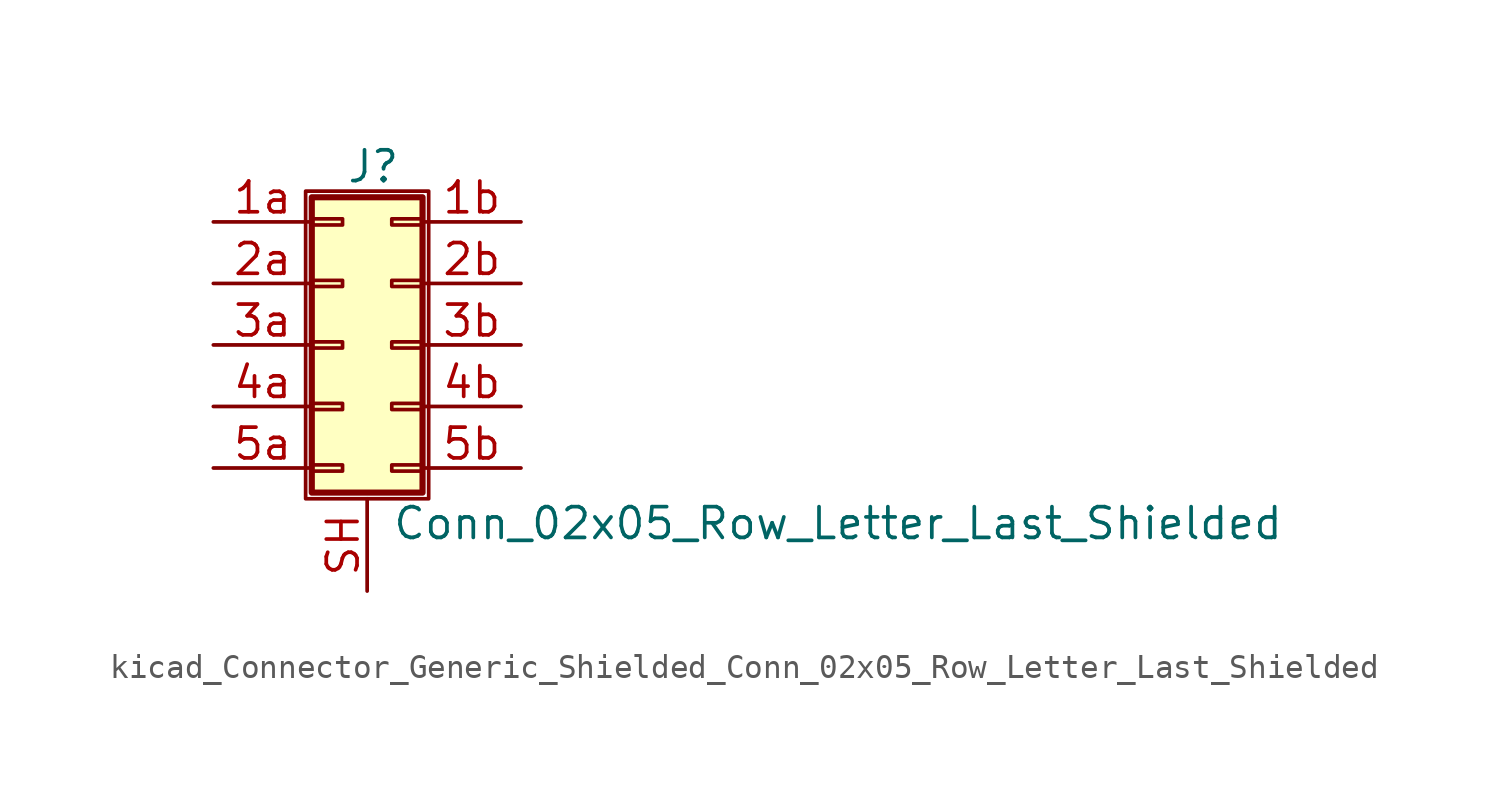
<source format=kicad_sym>
(kicad_symbol_lib
  (version 20220914)
  (generator kicad_symbol_editor)
  (symbol "kicad_Connector_Generic_Shielded_Conn_02x05_Row_Letter_Last_Shielded"
    (pin_names
      (offset 1.016) hide)
    (property "Reference" "J"
      (at 1.524 7.366 0)
      (effects (font (size 1.27 1.27))))
    (property "Value" "Conn_02x05_Row_Letter_Last_Shielded"
      (at 2.286 -7.366 0)
      (effects (font (size 1.27 1.27)) (justify left)))
    (symbol "kicad_Connector_Generic_Shielded_Conn_02x05_Row_Letter_Last_Shielded_1_1"
      (rectangle (start -1.27 6.35) (end 3.81 -6.35) (stroke (width 0.152) (type default)) (fill (type none)))
      (rectangle (start -1.016 -4.953) (end 0.254 -5.207) (stroke (width 0.152) (type default)) (fill (type none)))
      (rectangle (start -1.016 -2.413) (end 0.254 -2.667) (stroke (width 0.152) (type default)) (fill (type none)))
      (rectangle (start -1.016 0.127) (end 0.254 -0.127) (stroke (width 0.152) (type default)) (fill (type none)))
      (rectangle (start -1.016 2.667) (end 0.254 2.413) (stroke (width 0.152) (type default)) (fill (type none)))
      (rectangle (start -1.016 5.207) (end 0.254 4.953) (stroke (width 0.152) (type default)) (fill (type none)))
      (rectangle (start -1.016 6.096) (end 3.556 -6.096) (stroke (width 0.254) (type default)) (fill (type background)))
      (rectangle (start 3.556 -4.953) (end 2.286 -5.207) (stroke (width 0.152) (type default)) (fill (type none)))
      (rectangle (start 3.556 -2.413) (end 2.286 -2.667) (stroke (width 0.152) (type default)) (fill (type none)))
      (rectangle (start 3.556 0.127) (end 2.286 -0.127) (stroke (width 0.152) (type default)) (fill (type none)))
      (rectangle (start 3.556 2.667) (end 2.286 2.413) (stroke (width 0.152) (type default)) (fill (type none)))
      (rectangle (start 3.556 5.207) (end 2.286 4.953) (stroke (width 0.152) (type default)) (fill (type none)))
      (pin passive line (at -5.08 5.08 0) (length 4.064) (name "Pin_1a" (effects (font (size 1.27 1.27)))) (number "1a" (effects (font (size 1.27 1.27)))))
      (pin passive line (at 7.62 5.08 180) (length 4.064) (name "Pin_1b" (effects (font (size 1.27 1.27)))) (number "1b" (effects (font (size 1.27 1.27)))))
      (pin passive line (at -5.08 2.54 0) (length 4.064) (name "Pin_2a" (effects (font (size 1.27 1.27)))) (number "2a" (effects (font (size 1.27 1.27)))))
      (pin passive line (at 7.62 2.54 180) (length 4.064) (name "Pin_2b" (effects (font (size 1.27 1.27)))) (number "2b" (effects (font (size 1.27 1.27)))))
      (pin passive line (at -5.08 0 0) (length 4.064) (name "Pin_3a" (effects (font (size 1.27 1.27)))) (number "3a" (effects (font (size 1.27 1.27)))))
      (pin passive line (at 7.62 0 180) (length 4.064) (name "Pin_3b" (effects (font (size 1.27 1.27)))) (number "3b" (effects (font (size 1.27 1.27)))))
      (pin passive line (at -5.08 -2.54 0) (length 4.064) (name "Pin_4a" (effects (font (size 1.27 1.27)))) (number "4a" (effects (font (size 1.27 1.27)))))
      (pin passive line (at 7.62 -2.54 180) (length 4.064) (name "Pin_4b" (effects (font (size 1.27 1.27)))) (number "4b" (effects (font (size 1.27 1.27)))))
      (pin passive line (at -5.08 -5.08 0) (length 4.064) (name "Pin_5a" (effects (font (size 1.27 1.27)))) (number "5a" (effects (font (size 1.27 1.27)))))
      (pin passive line (at 7.62 -5.08 180) (length 4.064) (name "Pin_5b" (effects (font (size 1.27 1.27)))) (number "5b" (effects (font (size 1.27 1.27)))))
      (pin passive line (at 1.27 -10.16 90) (length 3.81) (name "Shield" (effects (font (size 1.27 1.27)))) (number "SH" (effects (font (size 1.27 1.27))))))))
</source>
